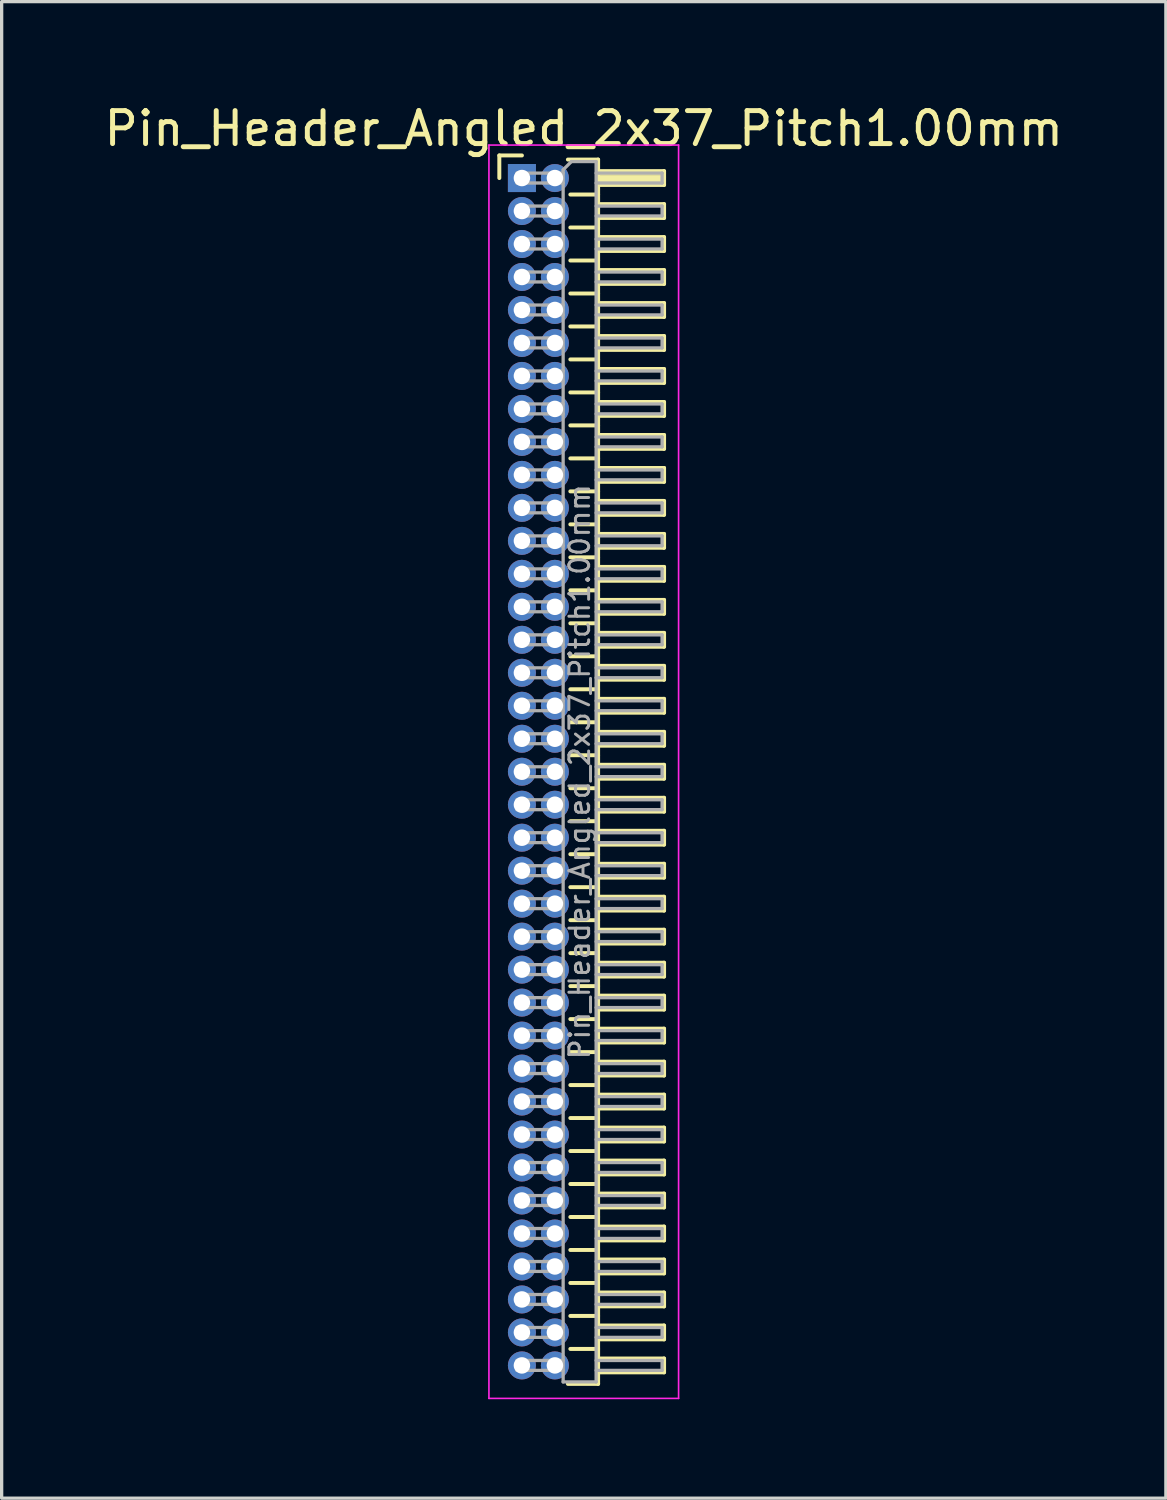
<source format=kicad_pcb>
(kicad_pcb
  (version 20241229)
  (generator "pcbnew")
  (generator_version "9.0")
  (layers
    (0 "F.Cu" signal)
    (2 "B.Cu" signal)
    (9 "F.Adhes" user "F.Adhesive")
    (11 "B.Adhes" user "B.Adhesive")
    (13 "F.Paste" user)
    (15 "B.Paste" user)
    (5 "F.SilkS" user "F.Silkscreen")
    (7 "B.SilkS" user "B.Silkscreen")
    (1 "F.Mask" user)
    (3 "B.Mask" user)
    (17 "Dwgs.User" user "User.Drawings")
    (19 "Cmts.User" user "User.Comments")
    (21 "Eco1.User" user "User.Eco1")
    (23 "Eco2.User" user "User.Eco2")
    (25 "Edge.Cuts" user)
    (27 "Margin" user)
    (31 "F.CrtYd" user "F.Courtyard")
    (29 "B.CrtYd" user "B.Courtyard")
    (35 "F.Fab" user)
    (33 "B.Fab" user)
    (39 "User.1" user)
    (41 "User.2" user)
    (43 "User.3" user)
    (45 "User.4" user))
  (footprint "Pin_Header_Angled_2x37_Pitch1.00mm"
    (layer "F.Cu")
    (at 12.774 2.348)
    (property "Reference" "Pin_Header_Angled_2x37_Pitch1.00mm" (at 1.875 -1.5 0) (layer "F.SilkS") (effects (font (size 1 1) (thickness 0.15))))
    (attr through_hole)
    (fp_line (start -0.685 -0.685) (end 0 -0.685) (stroke (width 0.12) (type solid)) (layer "F.SilkS"))
    (fp_line (start -0.685 0) (end -0.685 -0.685) (stroke (width 0.12) (type solid)) (layer "F.SilkS"))
    (fp_line (start 1.394 -0.56) (end 2.31 -0.56) (stroke (width 0.12) (type solid)) (layer "F.SilkS"))
    (fp_line (start 1.468 0.5) (end 2.31 0.5) (stroke (width 0.12) (type solid)) (layer "F.SilkS"))
    (fp_line (start 1.468 1.5) (end 2.31 1.5) (stroke (width 0.12) (type solid)) (layer "F.SilkS"))
    (fp_line (start 1.468 2.5) (end 2.31 2.5) (stroke (width 0.12) (type solid)) (layer "F.SilkS"))
    (fp_line (start 1.468 3.5) (end 2.31 3.5) (stroke (width 0.12) (type solid)) (layer "F.SilkS"))
    (fp_line (start 1.468 4.5) (end 2.31 4.5) (stroke (width 0.12) (type solid)) (layer "F.SilkS"))
    (fp_line (start 1.468 5.5) (end 2.31 5.5) (stroke (width 0.12) (type solid)) (layer "F.SilkS"))
    (fp_line (start 1.468 6.5) (end 2.31 6.5) (stroke (width 0.12) (type solid)) (layer "F.SilkS"))
    (fp_line (start 1.468 7.5) (end 2.31 7.5) (stroke (width 0.12) (type solid)) (layer "F.SilkS"))
    (fp_line (start 1.468 8.5) (end 2.31 8.5) (stroke (width 0.12) (type solid)) (layer "F.SilkS"))
    (fp_line (start 1.468 9.5) (end 2.31 9.5) (stroke (width 0.12) (type solid)) (layer "F.SilkS"))
    (fp_line (start 1.468 10.5) (end 2.31 10.5) (stroke (width 0.12) (type solid)) (layer "F.SilkS"))
    (fp_line (start 1.468 11.5) (end 2.31 11.5) (stroke (width 0.12) (type solid)) (layer "F.SilkS"))
    (fp_line (start 1.468 12.5) (end 2.31 12.5) (stroke (width 0.12) (type solid)) (layer "F.SilkS"))
    (fp_line (start 1.468 13.5) (end 2.31 13.5) (stroke (width 0.12) (type solid)) (layer "F.SilkS"))
    (fp_line (start 1.468 14.5) (end 2.31 14.5) (stroke (width 0.12) (type solid)) (layer "F.SilkS"))
    (fp_line (start 1.468 15.5) (end 2.31 15.5) (stroke (width 0.12) (type solid)) (layer "F.SilkS"))
    (fp_line (start 1.468 16.5) (end 2.31 16.5) (stroke (width 0.12) (type solid)) (layer "F.SilkS"))
    (fp_line (start 1.468 17.5) (end 2.31 17.5) (stroke (width 0.12) (type solid)) (layer "F.SilkS"))
    (fp_line (start 1.468 18.5) (end 2.31 18.5) (stroke (width 0.12) (type solid)) (layer "F.SilkS"))
    (fp_line (start 1.468 19.5) (end 2.31 19.5) (stroke (width 0.12) (type solid)) (layer "F.SilkS"))
    (fp_line (start 1.468 20.5) (end 2.31 20.5) (stroke (width 0.12) (type solid)) (layer "F.SilkS"))
    (fp_line (start 1.468 21.5) (end 2.31 21.5) (stroke (width 0.12) (type solid)) (layer "F.SilkS"))
    (fp_line (start 1.468 22.5) (end 2.31 22.5) (stroke (width 0.12) (type solid)) (layer "F.SilkS"))
    (fp_line (start 1.468 23.5) (end 2.31 23.5) (stroke (width 0.12) (type solid)) (layer "F.SilkS"))
    (fp_line (start 1.468 24.5) (end 2.31 24.5) (stroke (width 0.12) (type solid)) (layer "F.SilkS"))
    (fp_line (start 1.468 25.5) (end 2.31 25.5) (stroke (width 0.12) (type solid)) (layer "F.SilkS"))
    (fp_line (start 1.468 26.5) (end 2.31 26.5) (stroke (width 0.12) (type solid)) (layer "F.SilkS"))
    (fp_line (start 1.468 27.5) (end 2.31 27.5) (stroke (width 0.12) (type solid)) (layer "F.SilkS"))
    (fp_line (start 1.468 28.5) (end 2.31 28.5) (stroke (width 0.12) (type solid)) (layer "F.SilkS"))
    (fp_line (start 1.468 29.5) (end 2.31 29.5) (stroke (width 0.12) (type solid)) (layer "F.SilkS"))
    (fp_line (start 1.468 30.5) (end 2.31 30.5) (stroke (width 0.12) (type solid)) (layer "F.SilkS"))
    (fp_line (start 1.468 31.5) (end 2.31 31.5) (stroke (width 0.12) (type solid)) (layer "F.SilkS"))
    (fp_line (start 1.468 32.5) (end 2.31 32.5) (stroke (width 0.12) (type solid)) (layer "F.SilkS"))
    (fp_line (start 1.468 33.5) (end 2.31 33.5) (stroke (width 0.12) (type solid)) (layer "F.SilkS"))
    (fp_line (start 1.468 34.5) (end 2.31 34.5) (stroke (width 0.12) (type solid)) (layer "F.SilkS"))
    (fp_line (start 1.468 35.5) (end 2.31 35.5) (stroke (width 0.12) (type solid)) (layer "F.SilkS"))
    (fp_line (start 2.31 -0.56) (end 2.31 36.56) (stroke (width 0.12) (type solid)) (layer "F.SilkS"))
    (fp_line (start 2.31 -0.21) (end 4.31 -0.21) (stroke (width 0.12) (type solid)) (layer "F.SilkS"))
    (fp_line (start 2.31 -0.15) (end 4.31 -0.15) (stroke (width 0.12) (type solid)) (layer "F.SilkS"))
    (fp_line (start 2.31 -0.03) (end 4.31 -0.03) (stroke (width 0.12) (type solid)) (layer "F.SilkS"))
    (fp_line (start 2.31 0.09) (end 4.31 0.09) (stroke (width 0.12) (type solid)) (layer "F.SilkS"))
    (fp_line (start 2.31 0.79) (end 4.31 0.79) (stroke (width 0.12) (type solid)) (layer "F.SilkS"))
    (fp_line (start 2.31 1.79) (end 4.31 1.79) (stroke (width 0.12) (type solid)) (layer "F.SilkS"))
    (fp_line (start 2.31 2.79) (end 4.31 2.79) (stroke (width 0.12) (type solid)) (layer "F.SilkS"))
    (fp_line (start 2.31 3.79) (end 4.31 3.79) (stroke (width 0.12) (type solid)) (layer "F.SilkS"))
    (fp_line (start 2.31 4.79) (end 4.31 4.79) (stroke (width 0.12) (type solid)) (layer "F.SilkS"))
    (fp_line (start 2.31 5.79) (end 4.31 5.79) (stroke (width 0.12) (type solid)) (layer "F.SilkS"))
    (fp_line (start 2.31 6.79) (end 4.31 6.79) (stroke (width 0.12) (type solid)) (layer "F.SilkS"))
    (fp_line (start 2.31 7.79) (end 4.31 7.79) (stroke (width 0.12) (type solid)) (layer "F.SilkS"))
    (fp_line (start 2.31 8.79) (end 4.31 8.79) (stroke (width 0.12) (type solid)) (layer "F.SilkS"))
    (fp_line (start 2.31 9.79) (end 4.31 9.79) (stroke (width 0.12) (type solid)) (layer "F.SilkS"))
    (fp_line (start 2.31 10.79) (end 4.31 10.79) (stroke (width 0.12) (type solid)) (layer "F.SilkS"))
    (fp_line (start 2.31 11.79) (end 4.31 11.79) (stroke (width 0.12) (type solid)) (layer "F.SilkS"))
    (fp_line (start 2.31 12.79) (end 4.31 12.79) (stroke (width 0.12) (type solid)) (layer "F.SilkS"))
    (fp_line (start 2.31 13.79) (end 4.31 13.79) (stroke (width 0.12) (type solid)) (layer "F.SilkS"))
    (fp_line (start 2.31 14.79) (end 4.31 14.79) (stroke (width 0.12) (type solid)) (layer "F.SilkS"))
    (fp_line (start 2.31 15.79) (end 4.31 15.79) (stroke (width 0.12) (type solid)) (layer "F.SilkS"))
    (fp_line (start 2.31 16.79) (end 4.31 16.79) (stroke (width 0.12) (type solid)) (layer "F.SilkS"))
    (fp_line (start 2.31 17.79) (end 4.31 17.79) (stroke (width 0.12) (type solid)) (layer "F.SilkS"))
    (fp_line (start 2.31 18.79) (end 4.31 18.79) (stroke (width 0.12) (type solid)) (layer "F.SilkS"))
    (fp_line (start 2.31 19.79) (end 4.31 19.79) (stroke (width 0.12) (type solid)) (layer "F.SilkS"))
    (fp_line (start 2.31 20.79) (end 4.31 20.79) (stroke (width 0.12) (type solid)) (layer "F.SilkS"))
    (fp_line (start 2.31 21.79) (end 4.31 21.79) (stroke (width 0.12) (type solid)) (layer "F.SilkS"))
    (fp_line (start 2.31 22.79) (end 4.31 22.79) (stroke (width 0.12) (type solid)) (layer "F.SilkS"))
    (fp_line (start 2.31 23.79) (end 4.31 23.79) (stroke (width 0.12) (type solid)) (layer "F.SilkS"))
    (fp_line (start 2.31 24.79) (end 4.31 24.79) (stroke (width 0.12) (type solid)) (layer "F.SilkS"))
    (fp_line (start 2.31 25.79) (end 4.31 25.79) (stroke (width 0.12) (type solid)) (layer "F.SilkS"))
    (fp_line (start 2.31 26.79) (end 4.31 26.79) (stroke (width 0.12) (type solid)) (layer "F.SilkS"))
    (fp_line (start 2.31 27.79) (end 4.31 27.79) (stroke (width 0.12) (type solid)) (layer "F.SilkS"))
    (fp_line (start 2.31 28.79) (end 4.31 28.79) (stroke (width 0.12) (type solid)) (layer "F.SilkS"))
    (fp_line (start 2.31 29.79) (end 4.31 29.79) (stroke (width 0.12) (type solid)) (layer "F.SilkS"))
    (fp_line (start 2.31 30.79) (end 4.31 30.79) (stroke (width 0.12) (type solid)) (layer "F.SilkS"))
    (fp_line (start 2.31 31.79) (end 4.31 31.79) (stroke (width 0.12) (type solid)) (layer "F.SilkS"))
    (fp_line (start 2.31 32.79) (end 4.31 32.79) (stroke (width 0.12) (type solid)) (layer "F.SilkS"))
    (fp_line (start 2.31 33.79) (end 4.31 33.79) (stroke (width 0.12) (type solid)) (layer "F.SilkS"))
    (fp_line (start 2.31 34.79) (end 4.31 34.79) (stroke (width 0.12) (type solid)) (layer "F.SilkS"))
    (fp_line (start 2.31 35.79) (end 4.31 35.79) (stroke (width 0.12) (type solid)) (layer "F.SilkS"))
    (fp_line (start 2.31 36.56) (end 1.394 36.56) (stroke (width 0.12) (type solid)) (layer "F.SilkS"))
    (fp_line (start 4.31 -0.21) (end 4.31 0.21) (stroke (width 0.12) (type solid)) (layer "F.SilkS"))
    (fp_line (start 4.31 0.21) (end 2.31 0.21) (stroke (width 0.12) (type solid)) (layer "F.SilkS"))
    (fp_line (start 4.31 0.79) (end 4.31 1.21) (stroke (width 0.12) (type solid)) (layer "F.SilkS"))
    (fp_line (start 4.31 1.21) (end 2.31 1.21) (stroke (width 0.12) (type solid)) (layer "F.SilkS"))
    (fp_line (start 4.31 1.79) (end 4.31 2.21) (stroke (width 0.12) (type solid)) (layer "F.SilkS"))
    (fp_line (start 4.31 2.21) (end 2.31 2.21) (stroke (width 0.12) (type solid)) (layer "F.SilkS"))
    (fp_line (start 4.31 2.79) (end 4.31 3.21) (stroke (width 0.12) (type solid)) (layer "F.SilkS"))
    (fp_line (start 4.31 3.21) (end 2.31 3.21) (stroke (width 0.12) (type solid)) (layer "F.SilkS"))
    (fp_line (start 4.31 3.79) (end 4.31 4.21) (stroke (width 0.12) (type solid)) (layer "F.SilkS"))
    (fp_line (start 4.31 4.21) (end 2.31 4.21) (stroke (width 0.12) (type solid)) (layer "F.SilkS"))
    (fp_line (start 4.31 4.79) (end 4.31 5.21) (stroke (width 0.12) (type solid)) (layer "F.SilkS"))
    (fp_line (start 4.31 5.21) (end 2.31 5.21) (stroke (width 0.12) (type solid)) (layer "F.SilkS"))
    (fp_line (start 4.31 5.79) (end 4.31 6.21) (stroke (width 0.12) (type solid)) (layer "F.SilkS"))
    (fp_line (start 4.31 6.21) (end 2.31 6.21) (stroke (width 0.12) (type solid)) (layer "F.SilkS"))
    (fp_line (start 4.31 6.79) (end 4.31 7.21) (stroke (width 0.12) (type solid)) (layer "F.SilkS"))
    (fp_line (start 4.31 7.21) (end 2.31 7.21) (stroke (width 0.12) (type solid)) (layer "F.SilkS"))
    (fp_line (start 4.31 7.79) (end 4.31 8.21) (stroke (width 0.12) (type solid)) (layer "F.SilkS"))
    (fp_line (start 4.31 8.21) (end 2.31 8.21) (stroke (width 0.12) (type solid)) (layer "F.SilkS"))
    (fp_line (start 4.31 8.79) (end 4.31 9.21) (stroke (width 0.12) (type solid)) (layer "F.SilkS"))
    (fp_line (start 4.31 9.21) (end 2.31 9.21) (stroke (width 0.12) (type solid)) (layer "F.SilkS"))
    (fp_line (start 4.31 9.79) (end 4.31 10.21) (stroke (width 0.12) (type solid)) (layer "F.SilkS"))
    (fp_line (start 4.31 10.21) (end 2.31 10.21) (stroke (width 0.12) (type solid)) (layer "F.SilkS"))
    (fp_line (start 4.31 10.79) (end 4.31 11.21) (stroke (width 0.12) (type solid)) (layer "F.SilkS"))
    (fp_line (start 4.31 11.21) (end 2.31 11.21) (stroke (width 0.12) (type solid)) (layer "F.SilkS"))
    (fp_line (start 4.31 11.79) (end 4.31 12.21) (stroke (width 0.12) (type solid)) (layer "F.SilkS"))
    (fp_line (start 4.31 12.21) (end 2.31 12.21) (stroke (width 0.12) (type solid)) (layer "F.SilkS"))
    (fp_line (start 4.31 12.79) (end 4.31 13.21) (stroke (width 0.12) (type solid)) (layer "F.SilkS"))
    (fp_line (start 4.31 13.21) (end 2.31 13.21) (stroke (width 0.12) (type solid)) (layer "F.SilkS"))
    (fp_line (start 4.31 13.79) (end 4.31 14.21) (stroke (width 0.12) (type solid)) (layer "F.SilkS"))
    (fp_line (start 4.31 14.21) (end 2.31 14.21) (stroke (width 0.12) (type solid)) (layer "F.SilkS"))
    (fp_line (start 4.31 14.79) (end 4.31 15.21) (stroke (width 0.12) (type solid)) (layer "F.SilkS"))
    (fp_line (start 4.31 15.21) (end 2.31 15.21) (stroke (width 0.12) (type solid)) (layer "F.SilkS"))
    (fp_line (start 4.31 15.79) (end 4.31 16.21) (stroke (width 0.12) (type solid)) (layer "F.SilkS"))
    (fp_line (start 4.31 16.21) (end 2.31 16.21) (stroke (width 0.12) (type solid)) (layer "F.SilkS"))
    (fp_line (start 4.31 16.79) (end 4.31 17.21) (stroke (width 0.12) (type solid)) (layer "F.SilkS"))
    (fp_line (start 4.31 17.21) (end 2.31 17.21) (stroke (width 0.12) (type solid)) (layer "F.SilkS"))
    (fp_line (start 4.31 17.79) (end 4.31 18.21) (stroke (width 0.12) (type solid)) (layer "F.SilkS"))
    (fp_line (start 4.31 18.21) (end 2.31 18.21) (stroke (width 0.12) (type solid)) (layer "F.SilkS"))
    (fp_line (start 4.31 18.79) (end 4.31 19.21) (stroke (width 0.12) (type solid)) (layer "F.SilkS"))
    (fp_line (start 4.31 19.21) (end 2.31 19.21) (stroke (width 0.12) (type solid)) (layer "F.SilkS"))
    (fp_line (start 4.31 19.79) (end 4.31 20.21) (stroke (width 0.12) (type solid)) (layer "F.SilkS"))
    (fp_line (start 4.31 20.21) (end 2.31 20.21) (stroke (width 0.12) (type solid)) (layer "F.SilkS"))
    (fp_line (start 4.31 20.79) (end 4.31 21.21) (stroke (width 0.12) (type solid)) (layer "F.SilkS"))
    (fp_line (start 4.31 21.21) (end 2.31 21.21) (stroke (width 0.12) (type solid)) (layer "F.SilkS"))
    (fp_line (start 4.31 21.79) (end 4.31 22.21) (stroke (width 0.12) (type solid)) (layer "F.SilkS"))
    (fp_line (start 4.31 22.21) (end 2.31 22.21) (stroke (width 0.12) (type solid)) (layer "F.SilkS"))
    (fp_line (start 4.31 22.79) (end 4.31 23.21) (stroke (width 0.12) (type solid)) (layer "F.SilkS"))
    (fp_line (start 4.31 23.21) (end 2.31 23.21) (stroke (width 0.12) (type solid)) (layer "F.SilkS"))
    (fp_line (start 4.31 23.79) (end 4.31 24.21) (stroke (width 0.12) (type solid)) (layer "F.SilkS"))
    (fp_line (start 4.31 24.21) (end 2.31 24.21) (stroke (width 0.12) (type solid)) (layer "F.SilkS"))
    (fp_line (start 4.31 24.79) (end 4.31 25.21) (stroke (width 0.12) (type solid)) (layer "F.SilkS"))
    (fp_line (start 4.31 25.21) (end 2.31 25.21) (stroke (width 0.12) (type solid)) (layer "F.SilkS"))
    (fp_line (start 4.31 25.79) (end 4.31 26.21) (stroke (width 0.12) (type solid)) (layer "F.SilkS"))
    (fp_line (start 4.31 26.21) (end 2.31 26.21) (stroke (width 0.12) (type solid)) (layer "F.SilkS"))
    (fp_line (start 4.31 26.79) (end 4.31 27.21) (stroke (width 0.12) (type solid)) (layer "F.SilkS"))
    (fp_line (start 4.31 27.21) (end 2.31 27.21) (stroke (width 0.12) (type solid)) (layer "F.SilkS"))
    (fp_line (start 4.31 27.79) (end 4.31 28.21) (stroke (width 0.12) (type solid)) (layer "F.SilkS"))
    (fp_line (start 4.31 28.21) (end 2.31 28.21) (stroke (width 0.12) (type solid)) (layer "F.SilkS"))
    (fp_line (start 4.31 28.79) (end 4.31 29.21) (stroke (width 0.12) (type solid)) (layer "F.SilkS"))
    (fp_line (start 4.31 29.21) (end 2.31 29.21) (stroke (width 0.12) (type solid)) (layer "F.SilkS"))
    (fp_line (start 4.31 29.79) (end 4.31 30.21) (stroke (width 0.12) (type solid)) (layer "F.SilkS"))
    (fp_line (start 4.31 30.21) (end 2.31 30.21) (stroke (width 0.12) (type solid)) (layer "F.SilkS"))
    (fp_line (start 4.31 30.79) (end 4.31 31.21) (stroke (width 0.12) (type solid)) (layer "F.SilkS"))
    (fp_line (start 4.31 31.21) (end 2.31 31.21) (stroke (width 0.12) (type solid)) (layer "F.SilkS"))
    (fp_line (start 4.31 31.79) (end 4.31 32.21) (stroke (width 0.12) (type solid)) (layer "F.SilkS"))
    (fp_line (start 4.31 32.21) (end 2.31 32.21) (stroke (width 0.12) (type solid)) (layer "F.SilkS"))
    (fp_line (start 4.31 32.79) (end 4.31 33.21) (stroke (width 0.12) (type solid)) (layer "F.SilkS"))
    (fp_line (start 4.31 33.21) (end 2.31 33.21) (stroke (width 0.12) (type solid)) (layer "F.SilkS"))
    (fp_line (start 4.31 33.79) (end 4.31 34.21) (stroke (width 0.12) (type solid)) (layer "F.SilkS"))
    (fp_line (start 4.31 34.21) (end 2.31 34.21) (stroke (width 0.12) (type solid)) (layer "F.SilkS"))
    (fp_line (start 4.31 34.79) (end 4.31 35.21) (stroke (width 0.12) (type solid)) (layer "F.SilkS"))
    (fp_line (start 4.31 35.21) (end 2.31 35.21) (stroke (width 0.12) (type solid)) (layer "F.SilkS"))
    (fp_line (start 4.31 35.79) (end 4.31 36.21) (stroke (width 0.12) (type solid)) (layer "F.SilkS"))
    (fp_line (start 4.31 36.21) (end 2.31 36.21) (stroke (width 0.12) (type solid)) (layer "F.SilkS"))
    (fp_line (start -1 -1) (end -1 37) (stroke (width 0.05) (type solid)) (layer "F.CrtYd"))
    (fp_line (start -1 37) (end 4.75 37) (stroke (width 0.05) (type solid)) (layer "F.CrtYd"))
    (fp_line (start 4.75 -1) (end -1 -1) (stroke (width 0.05) (type solid)) (layer "F.CrtYd"))
    (fp_line (start 4.75 37) (end 4.75 -1) (stroke (width 0.05) (type solid)) (layer "F.CrtYd"))
    (fp_line (start -0.15 -0.15) (end -0.15 0.15) (stroke (width 0.1) (type solid)) (layer "F.Fab"))
    (fp_line (start -0.15 -0.15) (end 1.25 -0.15) (stroke (width 0.1) (type solid)) (layer "F.Fab"))
    (fp_line (start -0.15 0.15) (end 1.25 0.15) (stroke (width 0.1) (type solid)) (layer "F.Fab"))
    (fp_line (start -0.15 0.85) (end -0.15 1.15) (stroke (width 0.1) (type solid)) (layer "F.Fab"))
    (fp_line (start -0.15 0.85) (end 1.25 0.85) (stroke (width 0.1) (type solid)) (layer "F.Fab"))
    (fp_line (start -0.15 1.15) (end 1.25 1.15) (stroke (width 0.1) (type solid)) (layer "F.Fab"))
    (fp_line (start -0.15 1.85) (end -0.15 2.15) (stroke (width 0.1) (type solid)) (layer "F.Fab"))
    (fp_line (start -0.15 1.85) (end 1.25 1.85) (stroke (width 0.1) (type solid)) (layer "F.Fab"))
    (fp_line (start -0.15 2.15) (end 1.25 2.15) (stroke (width 0.1) (type solid)) (layer "F.Fab"))
    (fp_line (start -0.15 2.85) (end -0.15 3.15) (stroke (width 0.1) (type solid)) (layer "F.Fab"))
    (fp_line (start -0.15 2.85) (end 1.25 2.85) (stroke (width 0.1) (type solid)) (layer "F.Fab"))
    (fp_line (start -0.15 3.15) (end 1.25 3.15) (stroke (width 0.1) (type solid)) (layer "F.Fab"))
    (fp_line (start -0.15 3.85) (end -0.15 4.15) (stroke (width 0.1) (type solid)) (layer "F.Fab"))
    (fp_line (start -0.15 3.85) (end 1.25 3.85) (stroke (width 0.1) (type solid)) (layer "F.Fab"))
    (fp_line (start -0.15 4.15) (end 1.25 4.15) (stroke (width 0.1) (type solid)) (layer "F.Fab"))
    (fp_line (start -0.15 4.85) (end -0.15 5.15) (stroke (width 0.1) (type solid)) (layer "F.Fab"))
    (fp_line (start -0.15 4.85) (end 1.25 4.85) (stroke (width 0.1) (type solid)) (layer "F.Fab"))
    (fp_line (start -0.15 5.15) (end 1.25 5.15) (stroke (width 0.1) (type solid)) (layer "F.Fab"))
    (fp_line (start -0.15 5.85) (end -0.15 6.15) (stroke (width 0.1) (type solid)) (layer "F.Fab"))
    (fp_line (start -0.15 5.85) (end 1.25 5.85) (stroke (width 0.1) (type solid)) (layer "F.Fab"))
    (fp_line (start -0.15 6.15) (end 1.25 6.15) (stroke (width 0.1) (type solid)) (layer "F.Fab"))
    (fp_line (start -0.15 6.85) (end -0.15 7.15) (stroke (width 0.1) (type solid)) (layer "F.Fab"))
    (fp_line (start -0.15 6.85) (end 1.25 6.85) (stroke (width 0.1) (type solid)) (layer "F.Fab"))
    (fp_line (start -0.15 7.15) (end 1.25 7.15) (stroke (width 0.1) (type solid)) (layer "F.Fab"))
    (fp_line (start -0.15 7.85) (end -0.15 8.15) (stroke (width 0.1) (type solid)) (layer "F.Fab"))
    (fp_line (start -0.15 7.85) (end 1.25 7.85) (stroke (width 0.1) (type solid)) (layer "F.Fab"))
    (fp_line (start -0.15 8.15) (end 1.25 8.15) (stroke (width 0.1) (type solid)) (layer "F.Fab"))
    (fp_line (start -0.15 8.85) (end -0.15 9.15) (stroke (width 0.1) (type solid)) (layer "F.Fab"))
    (fp_line (start -0.15 8.85) (end 1.25 8.85) (stroke (width 0.1) (type solid)) (layer "F.Fab"))
    (fp_line (start -0.15 9.15) (end 1.25 9.15) (stroke (width 0.1) (type solid)) (layer "F.Fab"))
    (fp_line (start -0.15 9.85) (end -0.15 10.15) (stroke (width 0.1) (type solid)) (layer "F.Fab"))
    (fp_line (start -0.15 9.85) (end 1.25 9.85) (stroke (width 0.1) (type solid)) (layer "F.Fab"))
    (fp_line (start -0.15 10.15) (end 1.25 10.15) (stroke (width 0.1) (type solid)) (layer "F.Fab"))
    (fp_line (start -0.15 10.85) (end -0.15 11.15) (stroke (width 0.1) (type solid)) (layer "F.Fab"))
    (fp_line (start -0.15 10.85) (end 1.25 10.85) (stroke (width 0.1) (type solid)) (layer "F.Fab"))
    (fp_line (start -0.15 11.15) (end 1.25 11.15) (stroke (width 0.1) (type solid)) (layer "F.Fab"))
    (fp_line (start -0.15 11.85) (end -0.15 12.15) (stroke (width 0.1) (type solid)) (layer "F.Fab"))
    (fp_line (start -0.15 11.85) (end 1.25 11.85) (stroke (width 0.1) (type solid)) (layer "F.Fab"))
    (fp_line (start -0.15 12.15) (end 1.25 12.15) (stroke (width 0.1) (type solid)) (layer "F.Fab"))
    (fp_line (start -0.15 12.85) (end -0.15 13.15) (stroke (width 0.1) (type solid)) (layer "F.Fab"))
    (fp_line (start -0.15 12.85) (end 1.25 12.85) (stroke (width 0.1) (type solid)) (layer "F.Fab"))
    (fp_line (start -0.15 13.15) (end 1.25 13.15) (stroke (width 0.1) (type solid)) (layer "F.Fab"))
    (fp_line (start -0.15 13.85) (end -0.15 14.15) (stroke (width 0.1) (type solid)) (layer "F.Fab"))
    (fp_line (start -0.15 13.85) (end 1.25 13.85) (stroke (width 0.1) (type solid)) (layer "F.Fab"))
    (fp_line (start -0.15 14.15) (end 1.25 14.15) (stroke (width 0.1) (type solid)) (layer "F.Fab"))
    (fp_line (start -0.15 14.85) (end -0.15 15.15) (stroke (width 0.1) (type solid)) (layer "F.Fab"))
    (fp_line (start -0.15 14.85) (end 1.25 14.85) (stroke (width 0.1) (type solid)) (layer "F.Fab"))
    (fp_line (start -0.15 15.15) (end 1.25 15.15) (stroke (width 0.1) (type solid)) (layer "F.Fab"))
    (fp_line (start -0.15 15.85) (end -0.15 16.15) (stroke (width 0.1) (type solid)) (layer "F.Fab"))
    (fp_line (start -0.15 15.85) (end 1.25 15.85) (stroke (width 0.1) (type solid)) (layer "F.Fab"))
    (fp_line (start -0.15 16.15) (end 1.25 16.15) (stroke (width 0.1) (type solid)) (layer "F.Fab"))
    (fp_line (start -0.15 16.85) (end -0.15 17.15) (stroke (width 0.1) (type solid)) (layer "F.Fab"))
    (fp_line (start -0.15 16.85) (end 1.25 16.85) (stroke (width 0.1) (type solid)) (layer "F.Fab"))
    (fp_line (start -0.15 17.15) (end 1.25 17.15) (stroke (width 0.1) (type solid)) (layer "F.Fab"))
    (fp_line (start -0.15 17.85) (end -0.15 18.15) (stroke (width 0.1) (type solid)) (layer "F.Fab"))
    (fp_line (start -0.15 17.85) (end 1.25 17.85) (stroke (width 0.1) (type solid)) (layer "F.Fab"))
    (fp_line (start -0.15 18.15) (end 1.25 18.15) (stroke (width 0.1) (type solid)) (layer "F.Fab"))
    (fp_line (start -0.15 18.85) (end -0.15 19.15) (stroke (width 0.1) (type solid)) (layer "F.Fab"))
    (fp_line (start -0.15 18.85) (end 1.25 18.85) (stroke (width 0.1) (type solid)) (layer "F.Fab"))
    (fp_line (start -0.15 19.15) (end 1.25 19.15) (stroke (width 0.1) (type solid)) (layer "F.Fab"))
    (fp_line (start -0.15 19.85) (end -0.15 20.15) (stroke (width 0.1) (type solid)) (layer "F.Fab"))
    (fp_line (start -0.15 19.85) (end 1.25 19.85) (stroke (width 0.1) (type solid)) (layer "F.Fab"))
    (fp_line (start -0.15 20.15) (end 1.25 20.15) (stroke (width 0.1) (type solid)) (layer "F.Fab"))
    (fp_line (start -0.15 20.85) (end -0.15 21.15) (stroke (width 0.1) (type solid)) (layer "F.Fab"))
    (fp_line (start -0.15 20.85) (end 1.25 20.85) (stroke (width 0.1) (type solid)) (layer "F.Fab"))
    (fp_line (start -0.15 21.15) (end 1.25 21.15) (stroke (width 0.1) (type solid)) (layer "F.Fab"))
    (fp_line (start -0.15 21.85) (end -0.15 22.15) (stroke (width 0.1) (type solid)) (layer "F.Fab"))
    (fp_line (start -0.15 21.85) (end 1.25 21.85) (stroke (width 0.1) (type solid)) (layer "F.Fab"))
    (fp_line (start -0.15 22.15) (end 1.25 22.15) (stroke (width 0.1) (type solid)) (layer "F.Fab"))
    (fp_line (start -0.15 22.85) (end -0.15 23.15) (stroke (width 0.1) (type solid)) (layer "F.Fab"))
    (fp_line (start -0.15 22.85) (end 1.25 22.85) (stroke (width 0.1) (type solid)) (layer "F.Fab"))
    (fp_line (start -0.15 23.15) (end 1.25 23.15) (stroke (width 0.1) (type solid)) (layer "F.Fab"))
    (fp_line (start -0.15 23.85) (end -0.15 24.15) (stroke (width 0.1) (type solid)) (layer "F.Fab"))
    (fp_line (start -0.15 23.85) (end 1.25 23.85) (stroke (width 0.1) (type solid)) (layer "F.Fab"))
    (fp_line (start -0.15 24.15) (end 1.25 24.15) (stroke (width 0.1) (type solid)) (layer "F.Fab"))
    (fp_line (start -0.15 24.85) (end -0.15 25.15) (stroke (width 0.1) (type solid)) (layer "F.Fab"))
    (fp_line (start -0.15 24.85) (end 1.25 24.85) (stroke (width 0.1) (type solid)) (layer "F.Fab"))
    (fp_line (start -0.15 25.15) (end 1.25 25.15) (stroke (width 0.1) (type solid)) (layer "F.Fab"))
    (fp_line (start -0.15 25.85) (end -0.15 26.15) (stroke (width 0.1) (type solid)) (layer "F.Fab"))
    (fp_line (start -0.15 25.85) (end 1.25 25.85) (stroke (width 0.1) (type solid)) (layer "F.Fab"))
    (fp_line (start -0.15 26.15) (end 1.25 26.15) (stroke (width 0.1) (type solid)) (layer "F.Fab"))
    (fp_line (start -0.15 26.85) (end -0.15 27.15) (stroke (width 0.1) (type solid)) (layer "F.Fab"))
    (fp_line (start -0.15 26.85) (end 1.25 26.85) (stroke (width 0.1) (type solid)) (layer "F.Fab"))
    (fp_line (start -0.15 27.15) (end 1.25 27.15) (stroke (width 0.1) (type solid)) (layer "F.Fab"))
    (fp_line (start -0.15 27.85) (end -0.15 28.15) (stroke (width 0.1) (type solid)) (layer "F.Fab"))
    (fp_line (start -0.15 27.85) (end 1.25 27.85) (stroke (width 0.1) (type solid)) (layer "F.Fab"))
    (fp_line (start -0.15 28.15) (end 1.25 28.15) (stroke (width 0.1) (type solid)) (layer "F.Fab"))
    (fp_line (start -0.15 28.85) (end -0.15 29.15) (stroke (width 0.1) (type solid)) (layer "F.Fab"))
    (fp_line (start -0.15 28.85) (end 1.25 28.85) (stroke (width 0.1) (type solid)) (layer "F.Fab"))
    (fp_line (start -0.15 29.15) (end 1.25 29.15) (stroke (width 0.1) (type solid)) (layer "F.Fab"))
    (fp_line (start -0.15 29.85) (end -0.15 30.15) (stroke (width 0.1) (type solid)) (layer "F.Fab"))
    (fp_line (start -0.15 29.85) (end 1.25 29.85) (stroke (width 0.1) (type solid)) (layer "F.Fab"))
    (fp_line (start -0.15 30.15) (end 1.25 30.15) (stroke (width 0.1) (type solid)) (layer "F.Fab"))
    (fp_line (start -0.15 30.85) (end -0.15 31.15) (stroke (width 0.1) (type solid)) (layer "F.Fab"))
    (fp_line (start -0.15 30.85) (end 1.25 30.85) (stroke (width 0.1) (type solid)) (layer "F.Fab"))
    (fp_line (start -0.15 31.15) (end 1.25 31.15) (stroke (width 0.1) (type solid)) (layer "F.Fab"))
    (fp_line (start -0.15 31.85) (end -0.15 32.15) (stroke (width 0.1) (type solid)) (layer "F.Fab"))
    (fp_line (start -0.15 31.85) (end 1.25 31.85) (stroke (width 0.1) (type solid)) (layer "F.Fab"))
    (fp_line (start -0.15 32.15) (end 1.25 32.15) (stroke (width 0.1) (type solid)) (layer "F.Fab"))
    (fp_line (start -0.15 32.85) (end -0.15 33.15) (stroke (width 0.1) (type solid)) (layer "F.Fab"))
    (fp_line (start -0.15 32.85) (end 1.25 32.85) (stroke (width 0.1) (type solid)) (layer "F.Fab"))
    (fp_line (start -0.15 33.15) (end 1.25 33.15) (stroke (width 0.1) (type solid)) (layer "F.Fab"))
    (fp_line (start -0.15 33.85) (end -0.15 34.15) (stroke (width 0.1) (type solid)) (layer "F.Fab"))
    (fp_line (start -0.15 33.85) (end 1.25 33.85) (stroke (width 0.1) (type solid)) (layer "F.Fab"))
    (fp_line (start -0.15 34.15) (end 1.25 34.15) (stroke (width 0.1) (type solid)) (layer "F.Fab"))
    (fp_line (start -0.15 34.85) (end -0.15 35.15) (stroke (width 0.1) (type solid)) (layer "F.Fab"))
    (fp_line (start -0.15 34.85) (end 1.25 34.85) (stroke (width 0.1) (type solid)) (layer "F.Fab"))
    (fp_line (start -0.15 35.15) (end 1.25 35.15) (stroke (width 0.1) (type solid)) (layer "F.Fab"))
    (fp_line (start -0.15 35.85) (end -0.15 36.15) (stroke (width 0.1) (type solid)) (layer "F.Fab"))
    (fp_line (start -0.15 35.85) (end 1.25 35.85) (stroke (width 0.1) (type solid)) (layer "F.Fab"))
    (fp_line (start -0.15 36.15) (end 1.25 36.15) (stroke (width 0.1) (type solid)) (layer "F.Fab"))
    (fp_line (start 1.25 -0.25) (end 1.5 -0.5) (stroke (width 0.1) (type solid)) (layer "F.Fab"))
    (fp_line (start 1.25 36.5) (end 1.25 -0.25) (stroke (width 0.1) (type solid)) (layer "F.Fab"))
    (fp_line (start 1.5 -0.5) (end 2.25 -0.5) (stroke (width 0.1) (type solid)) (layer "F.Fab"))
    (fp_line (start 2.25 -0.5) (end 2.25 36.5) (stroke (width 0.1) (type solid)) (layer "F.Fab"))
    (fp_line (start 2.25 -0.15) (end 4.25 -0.15) (stroke (width 0.1) (type solid)) (layer "F.Fab"))
    (fp_line (start 2.25 0.15) (end 4.25 0.15) (stroke (width 0.1) (type solid)) (layer "F.Fab"))
    (fp_line (start 2.25 0.85) (end 4.25 0.85) (stroke (width 0.1) (type solid)) (layer "F.Fab"))
    (fp_line (start 2.25 1.15) (end 4.25 1.15) (stroke (width 0.1) (type solid)) (layer "F.Fab"))
    (fp_line (start 2.25 1.85) (end 4.25 1.85) (stroke (width 0.1) (type solid)) (layer "F.Fab"))
    (fp_line (start 2.25 2.15) (end 4.25 2.15) (stroke (width 0.1) (type solid)) (layer "F.Fab"))
    (fp_line (start 2.25 2.85) (end 4.25 2.85) (stroke (width 0.1) (type solid)) (layer "F.Fab"))
    (fp_line (start 2.25 3.15) (end 4.25 3.15) (stroke (width 0.1) (type solid)) (layer "F.Fab"))
    (fp_line (start 2.25 3.85) (end 4.25 3.85) (stroke (width 0.1) (type solid)) (layer "F.Fab"))
    (fp_line (start 2.25 4.15) (end 4.25 4.15) (stroke (width 0.1) (type solid)) (layer "F.Fab"))
    (fp_line (start 2.25 4.85) (end 4.25 4.85) (stroke (width 0.1) (type solid)) (layer "F.Fab"))
    (fp_line (start 2.25 5.15) (end 4.25 5.15) (stroke (width 0.1) (type solid)) (layer "F.Fab"))
    (fp_line (start 2.25 5.85) (end 4.25 5.85) (stroke (width 0.1) (type solid)) (layer "F.Fab"))
    (fp_line (start 2.25 6.15) (end 4.25 6.15) (stroke (width 0.1) (type solid)) (layer "F.Fab"))
    (fp_line (start 2.25 6.85) (end 4.25 6.85) (stroke (width 0.1) (type solid)) (layer "F.Fab"))
    (fp_line (start 2.25 7.15) (end 4.25 7.15) (stroke (width 0.1) (type solid)) (layer "F.Fab"))
    (fp_line (start 2.25 7.85) (end 4.25 7.85) (stroke (width 0.1) (type solid)) (layer "F.Fab"))
    (fp_line (start 2.25 8.15) (end 4.25 8.15) (stroke (width 0.1) (type solid)) (layer "F.Fab"))
    (fp_line (start 2.25 8.85) (end 4.25 8.85) (stroke (width 0.1) (type solid)) (layer "F.Fab"))
    (fp_line (start 2.25 9.15) (end 4.25 9.15) (stroke (width 0.1) (type solid)) (layer "F.Fab"))
    (fp_line (start 2.25 9.85) (end 4.25 9.85) (stroke (width 0.1) (type solid)) (layer "F.Fab"))
    (fp_line (start 2.25 10.15) (end 4.25 10.15) (stroke (width 0.1) (type solid)) (layer "F.Fab"))
    (fp_line (start 2.25 10.85) (end 4.25 10.85) (stroke (width 0.1) (type solid)) (layer "F.Fab"))
    (fp_line (start 2.25 11.15) (end 4.25 11.15) (stroke (width 0.1) (type solid)) (layer "F.Fab"))
    (fp_line (start 2.25 11.85) (end 4.25 11.85) (stroke (width 0.1) (type solid)) (layer "F.Fab"))
    (fp_line (start 2.25 12.15) (end 4.25 12.15) (stroke (width 0.1) (type solid)) (layer "F.Fab"))
    (fp_line (start 2.25 12.85) (end 4.25 12.85) (stroke (width 0.1) (type solid)) (layer "F.Fab"))
    (fp_line (start 2.25 13.15) (end 4.25 13.15) (stroke (width 0.1) (type solid)) (layer "F.Fab"))
    (fp_line (start 2.25 13.85) (end 4.25 13.85) (stroke (width 0.1) (type solid)) (layer "F.Fab"))
    (fp_line (start 2.25 14.15) (end 4.25 14.15) (stroke (width 0.1) (type solid)) (layer "F.Fab"))
    (fp_line (start 2.25 14.85) (end 4.25 14.85) (stroke (width 0.1) (type solid)) (layer "F.Fab"))
    (fp_line (start 2.25 15.15) (end 4.25 15.15) (stroke (width 0.1) (type solid)) (layer "F.Fab"))
    (fp_line (start 2.25 15.85) (end 4.25 15.85) (stroke (width 0.1) (type solid)) (layer "F.Fab"))
    (fp_line (start 2.25 16.15) (end 4.25 16.15) (stroke (width 0.1) (type solid)) (layer "F.Fab"))
    (fp_line (start 2.25 16.85) (end 4.25 16.85) (stroke (width 0.1) (type solid)) (layer "F.Fab"))
    (fp_line (start 2.25 17.15) (end 4.25 17.15) (stroke (width 0.1) (type solid)) (layer "F.Fab"))
    (fp_line (start 2.25 17.85) (end 4.25 17.85) (stroke (width 0.1) (type solid)) (layer "F.Fab"))
    (fp_line (start 2.25 18.15) (end 4.25 18.15) (stroke (width 0.1) (type solid)) (layer "F.Fab"))
    (fp_line (start 2.25 18.85) (end 4.25 18.85) (stroke (width 0.1) (type solid)) (layer "F.Fab"))
    (fp_line (start 2.25 19.15) (end 4.25 19.15) (stroke (width 0.1) (type solid)) (layer "F.Fab"))
    (fp_line (start 2.25 19.85) (end 4.25 19.85) (stroke (width 0.1) (type solid)) (layer "F.Fab"))
    (fp_line (start 2.25 20.15) (end 4.25 20.15) (stroke (width 0.1) (type solid)) (layer "F.Fab"))
    (fp_line (start 2.25 20.85) (end 4.25 20.85) (stroke (width 0.1) (type solid)) (layer "F.Fab"))
    (fp_line (start 2.25 21.15) (end 4.25 21.15) (stroke (width 0.1) (type solid)) (layer "F.Fab"))
    (fp_line (start 2.25 21.85) (end 4.25 21.85) (stroke (width 0.1) (type solid)) (layer "F.Fab"))
    (fp_line (start 2.25 22.15) (end 4.25 22.15) (stroke (width 0.1) (type solid)) (layer "F.Fab"))
    (fp_line (start 2.25 22.85) (end 4.25 22.85) (stroke (width 0.1) (type solid)) (layer "F.Fab"))
    (fp_line (start 2.25 23.15) (end 4.25 23.15) (stroke (width 0.1) (type solid)) (layer "F.Fab"))
    (fp_line (start 2.25 23.85) (end 4.25 23.85) (stroke (width 0.1) (type solid)) (layer "F.Fab"))
    (fp_line (start 2.25 24.15) (end 4.25 24.15) (stroke (width 0.1) (type solid)) (layer "F.Fab"))
    (fp_line (start 2.25 24.85) (end 4.25 24.85) (stroke (width 0.1) (type solid)) (layer "F.Fab"))
    (fp_line (start 2.25 25.15) (end 4.25 25.15) (stroke (width 0.1) (type solid)) (layer "F.Fab"))
    (fp_line (start 2.25 25.85) (end 4.25 25.85) (stroke (width 0.1) (type solid)) (layer "F.Fab"))
    (fp_line (start 2.25 26.15) (end 4.25 26.15) (stroke (width 0.1) (type solid)) (layer "F.Fab"))
    (fp_line (start 2.25 26.85) (end 4.25 26.85) (stroke (width 0.1) (type solid)) (layer "F.Fab"))
    (fp_line (start 2.25 27.15) (end 4.25 27.15) (stroke (width 0.1) (type solid)) (layer "F.Fab"))
    (fp_line (start 2.25 27.85) (end 4.25 27.85) (stroke (width 0.1) (type solid)) (layer "F.Fab"))
    (fp_line (start 2.25 28.15) (end 4.25 28.15) (stroke (width 0.1) (type solid)) (layer "F.Fab"))
    (fp_line (start 2.25 28.85) (end 4.25 28.85) (stroke (width 0.1) (type solid)) (layer "F.Fab"))
    (fp_line (start 2.25 29.15) (end 4.25 29.15) (stroke (width 0.1) (type solid)) (layer "F.Fab"))
    (fp_line (start 2.25 29.85) (end 4.25 29.85) (stroke (width 0.1) (type solid)) (layer "F.Fab"))
    (fp_line (start 2.25 30.15) (end 4.25 30.15) (stroke (width 0.1) (type solid)) (layer "F.Fab"))
    (fp_line (start 2.25 30.85) (end 4.25 30.85) (stroke (width 0.1) (type solid)) (layer "F.Fab"))
    (fp_line (start 2.25 31.15) (end 4.25 31.15) (stroke (width 0.1) (type solid)) (layer "F.Fab"))
    (fp_line (start 2.25 31.85) (end 4.25 31.85) (stroke (width 0.1) (type solid)) (layer "F.Fab"))
    (fp_line (start 2.25 32.15) (end 4.25 32.15) (stroke (width 0.1) (type solid)) (layer "F.Fab"))
    (fp_line (start 2.25 32.85) (end 4.25 32.85) (stroke (width 0.1) (type solid)) (layer "F.Fab"))
    (fp_line (start 2.25 33.15) (end 4.25 33.15) (stroke (width 0.1) (type solid)) (layer "F.Fab"))
    (fp_line (start 2.25 33.85) (end 4.25 33.85) (stroke (width 0.1) (type solid)) (layer "F.Fab"))
    (fp_line (start 2.25 34.15) (end 4.25 34.15) (stroke (width 0.1) (type solid)) (layer "F.Fab"))
    (fp_line (start 2.25 34.85) (end 4.25 34.85) (stroke (width 0.1) (type solid)) (layer "F.Fab"))
    (fp_line (start 2.25 35.15) (end 4.25 35.15) (stroke (width 0.1) (type solid)) (layer "F.Fab"))
    (fp_line (start 2.25 35.85) (end 4.25 35.85) (stroke (width 0.1) (type solid)) (layer "F.Fab"))
    (fp_line (start 2.25 36.15) (end 4.25 36.15) (stroke (width 0.1) (type solid)) (layer "F.Fab"))
    (fp_line (start 2.25 36.5) (end 1.25 36.5) (stroke (width 0.1) (type solid)) (layer "F.Fab"))
    (fp_line (start 4.25 -0.15) (end 4.25 0.15) (stroke (width 0.1) (type solid)) (layer "F.Fab"))
    (fp_line (start 4.25 0.85) (end 4.25 1.15) (stroke (width 0.1) (type solid)) (layer "F.Fab"))
    (fp_line (start 4.25 1.85) (end 4.25 2.15) (stroke (width 0.1) (type solid)) (layer "F.Fab"))
    (fp_line (start 4.25 2.85) (end 4.25 3.15) (stroke (width 0.1) (type solid)) (layer "F.Fab"))
    (fp_line (start 4.25 3.85) (end 4.25 4.15) (stroke (width 0.1) (type solid)) (layer "F.Fab"))
    (fp_line (start 4.25 4.85) (end 4.25 5.15) (stroke (width 0.1) (type solid)) (layer "F.Fab"))
    (fp_line (start 4.25 5.85) (end 4.25 6.15) (stroke (width 0.1) (type solid)) (layer "F.Fab"))
    (fp_line (start 4.25 6.85) (end 4.25 7.15) (stroke (width 0.1) (type solid)) (layer "F.Fab"))
    (fp_line (start 4.25 7.85) (end 4.25 8.15) (stroke (width 0.1) (type solid)) (layer "F.Fab"))
    (fp_line (start 4.25 8.85) (end 4.25 9.15) (stroke (width 0.1) (type solid)) (layer "F.Fab"))
    (fp_line (start 4.25 9.85) (end 4.25 10.15) (stroke (width 0.1) (type solid)) (layer "F.Fab"))
    (fp_line (start 4.25 10.85) (end 4.25 11.15) (stroke (width 0.1) (type solid)) (layer "F.Fab"))
    (fp_line (start 4.25 11.85) (end 4.25 12.15) (stroke (width 0.1) (type solid)) (layer "F.Fab"))
    (fp_line (start 4.25 12.85) (end 4.25 13.15) (stroke (width 0.1) (type solid)) (layer "F.Fab"))
    (fp_line (start 4.25 13.85) (end 4.25 14.15) (stroke (width 0.1) (type solid)) (layer "F.Fab"))
    (fp_line (start 4.25 14.85) (end 4.25 15.15) (stroke (width 0.1) (type solid)) (layer "F.Fab"))
    (fp_line (start 4.25 15.85) (end 4.25 16.15) (stroke (width 0.1) (type solid)) (layer "F.Fab"))
    (fp_line (start 4.25 16.85) (end 4.25 17.15) (stroke (width 0.1) (type solid)) (layer "F.Fab"))
    (fp_line (start 4.25 17.85) (end 4.25 18.15) (stroke (width 0.1) (type solid)) (layer "F.Fab"))
    (fp_line (start 4.25 18.85) (end 4.25 19.15) (stroke (width 0.1) (type solid)) (layer "F.Fab"))
    (fp_line (start 4.25 19.85) (end 4.25 20.15) (stroke (width 0.1) (type solid)) (layer "F.Fab"))
    (fp_line (start 4.25 20.85) (end 4.25 21.15) (stroke (width 0.1) (type solid)) (layer "F.Fab"))
    (fp_line (start 4.25 21.85) (end 4.25 22.15) (stroke (width 0.1) (type solid)) (layer "F.Fab"))
    (fp_line (start 4.25 22.85) (end 4.25 23.15) (stroke (width 0.1) (type solid)) (layer "F.Fab"))
    (fp_line (start 4.25 23.85) (end 4.25 24.15) (stroke (width 0.1) (type solid)) (layer "F.Fab"))
    (fp_line (start 4.25 24.85) (end 4.25 25.15) (stroke (width 0.1) (type solid)) (layer "F.Fab"))
    (fp_line (start 4.25 25.85) (end 4.25 26.15) (stroke (width 0.1) (type solid)) (layer "F.Fab"))
    (fp_line (start 4.25 26.85) (end 4.25 27.15) (stroke (width 0.1) (type solid)) (layer "F.Fab"))
    (fp_line (start 4.25 27.85) (end 4.25 28.15) (stroke (width 0.1) (type solid)) (layer "F.Fab"))
    (fp_line (start 4.25 28.85) (end 4.25 29.15) (stroke (width 0.1) (type solid)) (layer "F.Fab"))
    (fp_line (start 4.25 29.85) (end 4.25 30.15) (stroke (width 0.1) (type solid)) (layer "F.Fab"))
    (fp_line (start 4.25 30.85) (end 4.25 31.15) (stroke (width 0.1) (type solid)) (layer "F.Fab"))
    (fp_line (start 4.25 31.85) (end 4.25 32.15) (stroke (width 0.1) (type solid)) (layer "F.Fab"))
    (fp_line (start 4.25 32.85) (end 4.25 33.15) (stroke (width 0.1) (type solid)) (layer "F.Fab"))
    (fp_line (start 4.25 33.85) (end 4.25 34.15) (stroke (width 0.1) (type solid)) (layer "F.Fab"))
    (fp_line (start 4.25 34.85) (end 4.25 35.15) (stroke (width 0.1) (type solid)) (layer "F.Fab"))
    (fp_line (start 4.25 35.85) (end 4.25 36.15) (stroke (width 0.1) (type solid)) (layer "F.Fab"))
    (fp_text user "${REFERENCE}" (at 1.75 18 90) (layer "F.Fab") (effects (font (size 0.6 0.6) (thickness 0.09))))
    (pad "1" thru_hole rect (at 0 0) (size 0.85 0.85) (drill 0.5) (layers "*.Cu" "*.Mask"))
    (pad "2" thru_hole oval (at 1 0) (size 0.85 0.85) (drill 0.5) (layers "*.Cu" "*.Mask"))
    (pad "3" thru_hole oval (at 0 1) (size 0.85 0.85) (drill 0.5) (layers "*.Cu" "*.Mask"))
    (pad "4" thru_hole oval (at 1 1) (size 0.85 0.85) (drill 0.5) (layers "*.Cu" "*.Mask"))
    (pad "5" thru_hole oval (at 0 2) (size 0.85 0.85) (drill 0.5) (layers "*.Cu" "*.Mask"))
    (pad "6" thru_hole oval (at 1 2) (size 0.85 0.85) (drill 0.5) (layers "*.Cu" "*.Mask"))
    (pad "7" thru_hole oval (at 0 3) (size 0.85 0.85) (drill 0.5) (layers "*.Cu" "*.Mask"))
    (pad "8" thru_hole oval (at 1 3) (size 0.85 0.85) (drill 0.5) (layers "*.Cu" "*.Mask"))
    (pad "9" thru_hole oval (at 0 4) (size 0.85 0.85) (drill 0.5) (layers "*.Cu" "*.Mask"))
    (pad "10" thru_hole oval (at 1 4) (size 0.85 0.85) (drill 0.5) (layers "*.Cu" "*.Mask"))
    (pad "11" thru_hole oval (at 0 5) (size 0.85 0.85) (drill 0.5) (layers "*.Cu" "*.Mask"))
    (pad "12" thru_hole oval (at 1 5) (size 0.85 0.85) (drill 0.5) (layers "*.Cu" "*.Mask"))
    (pad "13" thru_hole oval (at 0 6) (size 0.85 0.85) (drill 0.5) (layers "*.Cu" "*.Mask"))
    (pad "14" thru_hole oval (at 1 6) (size 0.85 0.85) (drill 0.5) (layers "*.Cu" "*.Mask"))
    (pad "15" thru_hole oval (at 0 7) (size 0.85 0.85) (drill 0.5) (layers "*.Cu" "*.Mask"))
    (pad "16" thru_hole oval (at 1 7) (size 0.85 0.85) (drill 0.5) (layers "*.Cu" "*.Mask"))
    (pad "17" thru_hole oval (at 0 8) (size 0.85 0.85) (drill 0.5) (layers "*.Cu" "*.Mask"))
    (pad "18" thru_hole oval (at 1 8) (size 0.85 0.85) (drill 0.5) (layers "*.Cu" "*.Mask"))
    (pad "19" thru_hole oval (at 0 9) (size 0.85 0.85) (drill 0.5) (layers "*.Cu" "*.Mask"))
    (pad "20" thru_hole oval (at 1 9) (size 0.85 0.85) (drill 0.5) (layers "*.Cu" "*.Mask"))
    (pad "21" thru_hole oval (at 0 10) (size 0.85 0.85) (drill 0.5) (layers "*.Cu" "*.Mask"))
    (pad "22" thru_hole oval (at 1 10) (size 0.85 0.85) (drill 0.5) (layers "*.Cu" "*.Mask"))
    (pad "23" thru_hole oval (at 0 11) (size 0.85 0.85) (drill 0.5) (layers "*.Cu" "*.Mask"))
    (pad "24" thru_hole oval (at 1 11) (size 0.85 0.85) (drill 0.5) (layers "*.Cu" "*.Mask"))
    (pad "25" thru_hole oval (at 0 12) (size 0.85 0.85) (drill 0.5) (layers "*.Cu" "*.Mask"))
    (pad "26" thru_hole oval (at 1 12) (size 0.85 0.85) (drill 0.5) (layers "*.Cu" "*.Mask"))
    (pad "27" thru_hole oval (at 0 13) (size 0.85 0.85) (drill 0.5) (layers "*.Cu" "*.Mask"))
    (pad "28" thru_hole oval (at 1 13) (size 0.85 0.85) (drill 0.5) (layers "*.Cu" "*.Mask"))
    (pad "29" thru_hole oval (at 0 14) (size 0.85 0.85) (drill 0.5) (layers "*.Cu" "*.Mask"))
    (pad "30" thru_hole oval (at 1 14) (size 0.85 0.85) (drill 0.5) (layers "*.Cu" "*.Mask"))
    (pad "31" thru_hole oval (at 0 15) (size 0.85 0.85) (drill 0.5) (layers "*.Cu" "*.Mask"))
    (pad "32" thru_hole oval (at 1 15) (size 0.85 0.85) (drill 0.5) (layers "*.Cu" "*.Mask"))
    (pad "33" thru_hole oval (at 0 16) (size 0.85 0.85) (drill 0.5) (layers "*.Cu" "*.Mask"))
    (pad "34" thru_hole oval (at 1 16) (size 0.85 0.85) (drill 0.5) (layers "*.Cu" "*.Mask"))
    (pad "35" thru_hole oval (at 0 17) (size 0.85 0.85) (drill 0.5) (layers "*.Cu" "*.Mask"))
    (pad "36" thru_hole oval (at 1 17) (size 0.85 0.85) (drill 0.5) (layers "*.Cu" "*.Mask"))
    (pad "37" thru_hole oval (at 0 18) (size 0.85 0.85) (drill 0.5) (layers "*.Cu" "*.Mask"))
    (pad "38" thru_hole oval (at 1 18) (size 0.85 0.85) (drill 0.5) (layers "*.Cu" "*.Mask"))
    (pad "39" thru_hole oval (at 0 19) (size 0.85 0.85) (drill 0.5) (layers "*.Cu" "*.Mask"))
    (pad "40" thru_hole oval (at 1 19) (size 0.85 0.85) (drill 0.5) (layers "*.Cu" "*.Mask"))
    (pad "41" thru_hole oval (at 0 20) (size 0.85 0.85) (drill 0.5) (layers "*.Cu" "*.Mask"))
    (pad "42" thru_hole oval (at 1 20) (size 0.85 0.85) (drill 0.5) (layers "*.Cu" "*.Mask"))
    (pad "43" thru_hole oval (at 0 21) (size 0.85 0.85) (drill 0.5) (layers "*.Cu" "*.Mask"))
    (pad "44" thru_hole oval (at 1 21) (size 0.85 0.85) (drill 0.5) (layers "*.Cu" "*.Mask"))
    (pad "45" thru_hole oval (at 0 22) (size 0.85 0.85) (drill 0.5) (layers "*.Cu" "*.Mask"))
    (pad "46" thru_hole oval (at 1 22) (size 0.85 0.85) (drill 0.5) (layers "*.Cu" "*.Mask"))
    (pad "47" thru_hole oval (at 0 23) (size 0.85 0.85) (drill 0.5) (layers "*.Cu" "*.Mask"))
    (pad "48" thru_hole oval (at 1 23) (size 0.85 0.85) (drill 0.5) (layers "*.Cu" "*.Mask"))
    (pad "49" thru_hole oval (at 0 24) (size 0.85 0.85) (drill 0.5) (layers "*.Cu" "*.Mask"))
    (pad "50" thru_hole oval (at 1 24) (size 0.85 0.85) (drill 0.5) (layers "*.Cu" "*.Mask"))
    (pad "51" thru_hole oval (at 0 25) (size 0.85 0.85) (drill 0.5) (layers "*.Cu" "*.Mask"))
    (pad "52" thru_hole oval (at 1 25) (size 0.85 0.85) (drill 0.5) (layers "*.Cu" "*.Mask"))
    (pad "53" thru_hole oval (at 0 26) (size 0.85 0.85) (drill 0.5) (layers "*.Cu" "*.Mask"))
    (pad "54" thru_hole oval (at 1 26) (size 0.85 0.85) (drill 0.5) (layers "*.Cu" "*.Mask"))
    (pad "55" thru_hole oval (at 0 27) (size 0.85 0.85) (drill 0.5) (layers "*.Cu" "*.Mask"))
    (pad "56" thru_hole oval (at 1 27) (size 0.85 0.85) (drill 0.5) (layers "*.Cu" "*.Mask"))
    (pad "57" thru_hole oval (at 0 28) (size 0.85 0.85) (drill 0.5) (layers "*.Cu" "*.Mask"))
    (pad "58" thru_hole oval (at 1 28) (size 0.85 0.85) (drill 0.5) (layers "*.Cu" "*.Mask"))
    (pad "59" thru_hole oval (at 0 29) (size 0.85 0.85) (drill 0.5) (layers "*.Cu" "*.Mask"))
    (pad "60" thru_hole oval (at 1 29) (size 0.85 0.85) (drill 0.5) (layers "*.Cu" "*.Mask"))
    (pad "61" thru_hole oval (at 0 30) (size 0.85 0.85) (drill 0.5) (layers "*.Cu" "*.Mask"))
    (pad "62" thru_hole oval (at 1 30) (size 0.85 0.85) (drill 0.5) (layers "*.Cu" "*.Mask"))
    (pad "63" thru_hole oval (at 0 31) (size 0.85 0.85) (drill 0.5) (layers "*.Cu" "*.Mask"))
    (pad "64" thru_hole oval (at 1 31) (size 0.85 0.85) (drill 0.5) (layers "*.Cu" "*.Mask"))
    (pad "65" thru_hole oval (at 0 32) (size 0.85 0.85) (drill 0.5) (layers "*.Cu" "*.Mask"))
    (pad "66" thru_hole oval (at 1 32) (size 0.85 0.85) (drill 0.5) (layers "*.Cu" "*.Mask"))
    (pad "67" thru_hole oval (at 0 33) (size 0.85 0.85) (drill 0.5) (layers "*.Cu" "*.Mask"))
    (pad "68" thru_hole oval (at 1 33) (size 0.85 0.85) (drill 0.5) (layers "*.Cu" "*.Mask"))
    (pad "69" thru_hole oval (at 0 34) (size 0.85 0.85) (drill 0.5) (layers "*.Cu" "*.Mask"))
    (pad "70" thru_hole oval (at 1 34) (size 0.85 0.85) (drill 0.5) (layers "*.Cu" "*.Mask"))
    (pad "71" thru_hole oval (at 0 35) (size 0.85 0.85) (drill 0.5) (layers "*.Cu" "*.Mask"))
    (pad "72" thru_hole oval (at 1 35) (size 0.85 0.85) (drill 0.5) (layers "*.Cu" "*.Mask"))
    (pad "73" thru_hole oval (at 0 36) (size 0.85 0.85) (drill 0.5) (layers "*.Cu" "*.Mask"))
    (pad "74" thru_hole oval (at 1 36) (size 0.85 0.85) (drill 0.5) (layers "*.Cu" "*.Mask")))
  (gr_rect
    (start -3 -3)
    (end 32.298 42.373)
    (stroke (width 0.1) (type default))
    (fill no)
    (layer "Edge.Cuts")))
</source>
